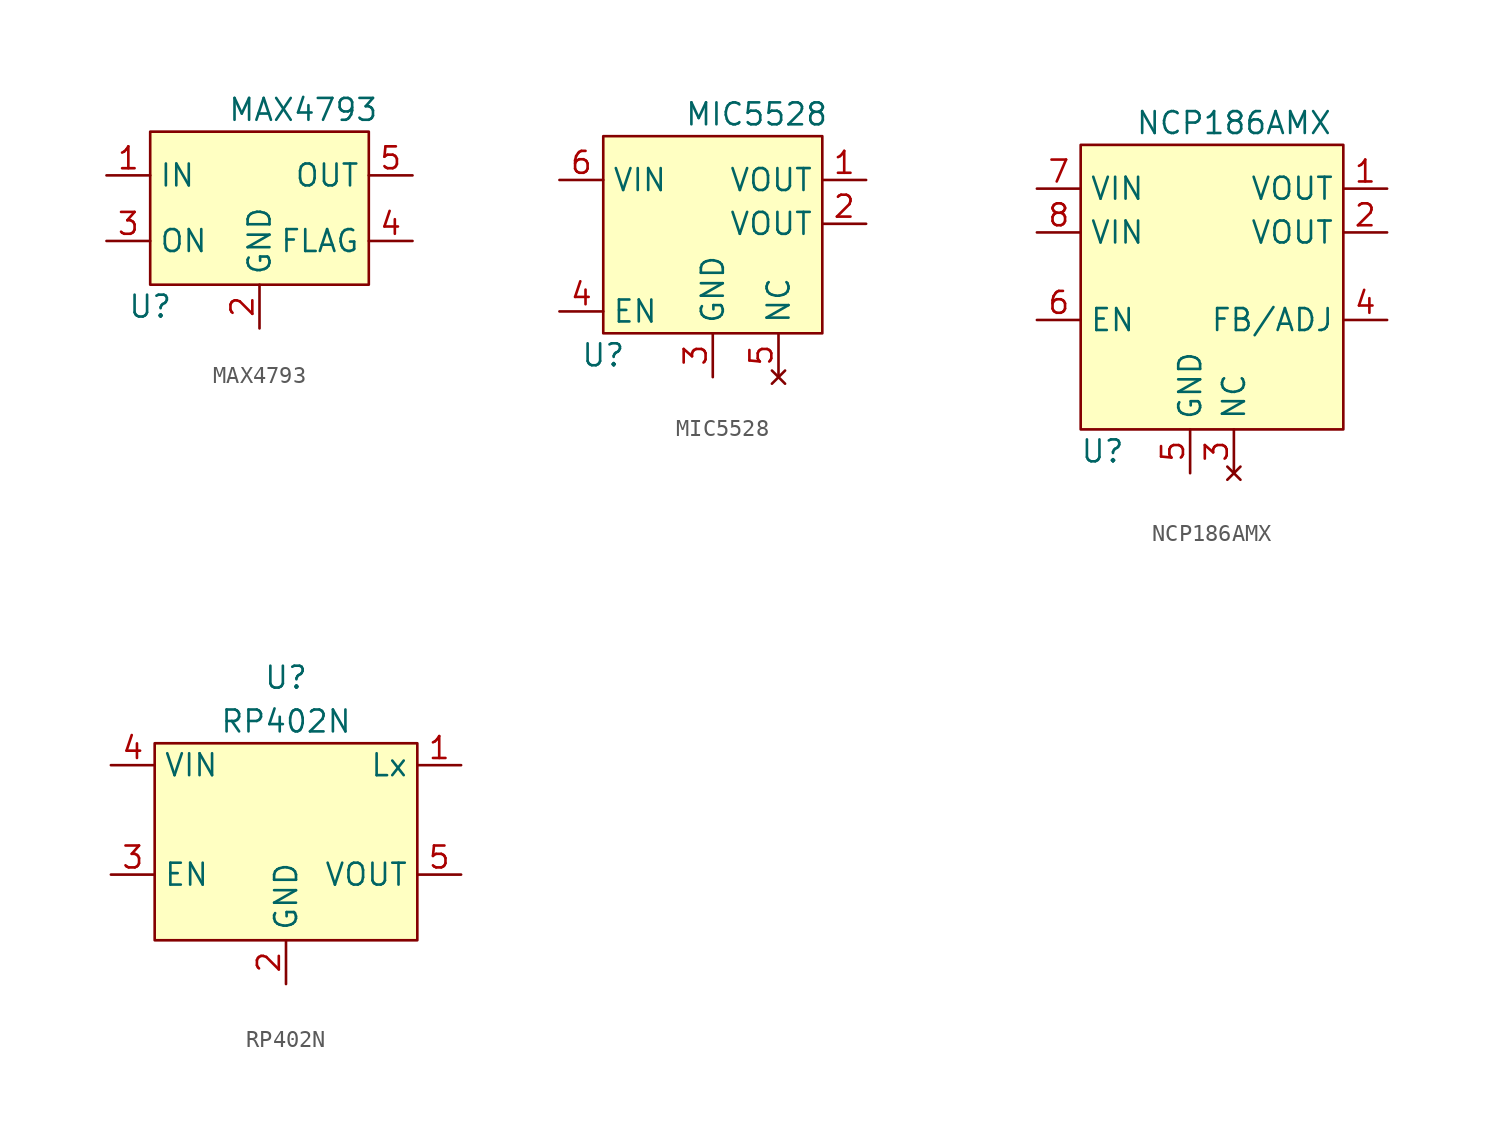
<source format=kicad_sym>
(kicad_symbol_lib
  (version 20211014)
  (generator kicad_symbol_editor)
  (symbol "MAX4793"
    (property "Reference" "U"
      (at -6.35 -3.81 0)
      (effects (font (size 1.27 1.27))))
    (property "Value" "MAX4793"
      (at 2.54 7.62 0)
      (effects (font (size 1.27 1.27))))
    (symbol "MAX4793_0_0"
      (pin input line (at -8.89 3.81 0) (length 2.54) (name "IN" (effects (font (size 1.27 1.27)))) (number "1" (effects (font (size 1.27 1.27)))))
      (pin power_in line (at 0 -5.08 90) (length 2.54) (name "GND" (effects (font (size 1.27 1.27)))) (number "2" (effects (font (size 1.27 1.27)))))
      (pin input line (at -8.89 0 0) (length 2.54) (name "ON" (effects (font (size 1.27 1.27)))) (number "3" (effects (font (size 1.27 1.27)))))
      (pin input line (at 8.89 0 180) (length 2.54) (name "FLAG" (effects (font (size 1.27 1.27)))) (number "4" (effects (font (size 1.27 1.27)))))
      (pin output line (at 8.89 3.81 180) (length 2.54) (name "OUT" (effects (font (size 1.27 1.27)))) (number "5" (effects (font (size 1.27 1.27))))))
    (symbol "MAX4793_0_1"
      (rectangle (start -6.35 6.35) (end 6.35 -2.54) (stroke (width 0) (type default) (color 0 0 0 0)) (fill (type background)))))
  (symbol "MIC5528"
    (property "Reference" "U"
      (at -6.35 -7.62 0)
      (effects (font (size 1.27 1.27))))
    (property "Value" "MIC5528"
      (at 2.54 6.35 0)
      (effects (font (size 1.27 1.27))))
    (symbol "MIC5528_0_0"
      (text "" (at 10.16 2.54 0) (effects (font (size 1.27 1.27)))))
    (symbol "MIC5528_0_1"
      (rectangle (start -6.35 5.08) (end 6.35 -6.35) (stroke (width 0) (type default) (color 0 0 0 0)) (fill (type background))))
    (symbol "MIC5528_1_1"
      (pin power_out line (at 8.89 2.54 180) (length 2.54) (name "VOUT" (effects (font (size 1.27 1.27)))) (number "1" (effects (font (size 1.27 1.27)))))
      (pin power_out line (at 8.89 0 180) (length 2.54) (name "VOUT" (effects (font (size 1.27 1.27)))) (number "2" (effects (font (size 1.27 1.27)))))
      (pin power_in line (at 0 -8.89 90) (length 2.54) (name "GND" (effects (font (size 1.27 1.27)))) (number "3" (effects (font (size 1.27 1.27)))))
      (pin input line (at -8.89 -5.08 0) (length 2.54) (name "EN" (effects (font (size 1.27 1.27)))) (number "4" (effects (font (size 1.27 1.27)))))
      (pin no_connect line (at 3.81 -8.89 90) (length 2.54) (name "NC" (effects (font (size 1.27 1.27)))) (number "5" (effects (font (size 1.27 1.27)))))
      (pin power_in line (at -8.89 2.54 0) (length 2.54) (name "VIN" (effects (font (size 1.27 1.27)))) (number "6" (effects (font (size 1.27 1.27)))))))
  (symbol "NCP186AMX"
    (property "Reference" "U"
      (at -6.35 -11.43 0)
      (effects (font (size 1.27 1.27))))
    (property "Value" "NCP186AMX"
      (at 1.27 7.62 0)
      (effects (font (size 1.27 1.27))))
    (symbol "NCP186AMX_0_0"
      (pin power_out line (at 10.16 3.81 180) (length 2.54) (name "VOUT" (effects (font (size 1.27 1.27)))) (number "1" (effects (font (size 1.27 1.27)))))
      (pin power_out line (at 10.16 1.27 180) (length 2.54) (name "VOUT" (effects (font (size 1.27 1.27)))) (number "2" (effects (font (size 1.27 1.27)))))
      (pin no_connect line (at 1.27 -12.7 90) (length 2.54) (name "NC" (effects (font (size 1.27 1.27)))) (number "3" (effects (font (size 1.27 1.27)))))
      (pin input line (at 10.16 -3.81 180) (length 2.54) (name "FB/ADJ" (effects (font (size 1.27 1.27)))) (number "4" (effects (font (size 1.27 1.27)))))
      (pin power_out line (at -1.27 -12.7 90) (length 2.54) (name "GND" (effects (font (size 1.27 1.27)))) (number "5" (effects (font (size 1.27 1.27)))))
      (pin power_out line (at -10.16 -3.81 0) (length 2.54) (name "EN" (effects (font (size 1.27 1.27)))) (number "6" (effects (font (size 1.27 1.27)))))
      (pin power_in line (at -10.16 3.81 0) (length 2.54) (name "VIN" (effects (font (size 1.27 1.27)))) (number "7" (effects (font (size 1.27 1.27)))))
      (pin power_in line (at -10.16 1.27 0) (length 2.54) (name "VIN" (effects (font (size 1.27 1.27)))) (number "8" (effects (font (size 1.27 1.27))))))
    (symbol "NCP186AMX_0_1"
      (rectangle (start -7.62 6.35) (end 7.62 -10.16) (stroke (width 0) (type default) (color 0 0 0 0)) (fill (type background)))))
  (symbol "RP402N"
    (property "Reference" "U"
      (at 0 3.81 0)
      (effects (font (size 1.27 1.27))))
    (property "Value" "RP402N"
      (at 0 1.27 0)
      (effects (font (size 1.27 1.27))))
    (symbol "RP402N_0_0"
      (pin input line (at 10.16 -1.27 180) (length 2.54) (name "Lx" (effects (font (size 1.27 1.27)))) (number "1" (effects (font (size 1.27 1.27)))))
      (pin power_in line (at 0 -13.97 90) (length 2.54) (name "GND" (effects (font (size 1.27 1.27)))) (number "2" (effects (font (size 1.27 1.27)))))
      (pin input line (at -10.16 -7.62 0) (length 2.54) (name "EN" (effects (font (size 1.27 1.27)))) (number "3" (effects (font (size 1.27 1.27)))))
      (pin power_in line (at -10.16 -1.27 0) (length 2.54) (name "VIN" (effects (font (size 1.27 1.27)))) (number "4" (effects (font (size 1.27 1.27)))))
      (pin power_out line (at 10.16 -7.62 180) (length 2.54) (name "VOUT" (effects (font (size 1.27 1.27)))) (number "5" (effects (font (size 1.27 1.27))))))
    (symbol "RP402N_0_1"
      (rectangle (start -7.62 0) (end 7.62 -11.43) (stroke (width 0) (type default) (color 0 0 0 0)) (fill (type background))))))
</source>
